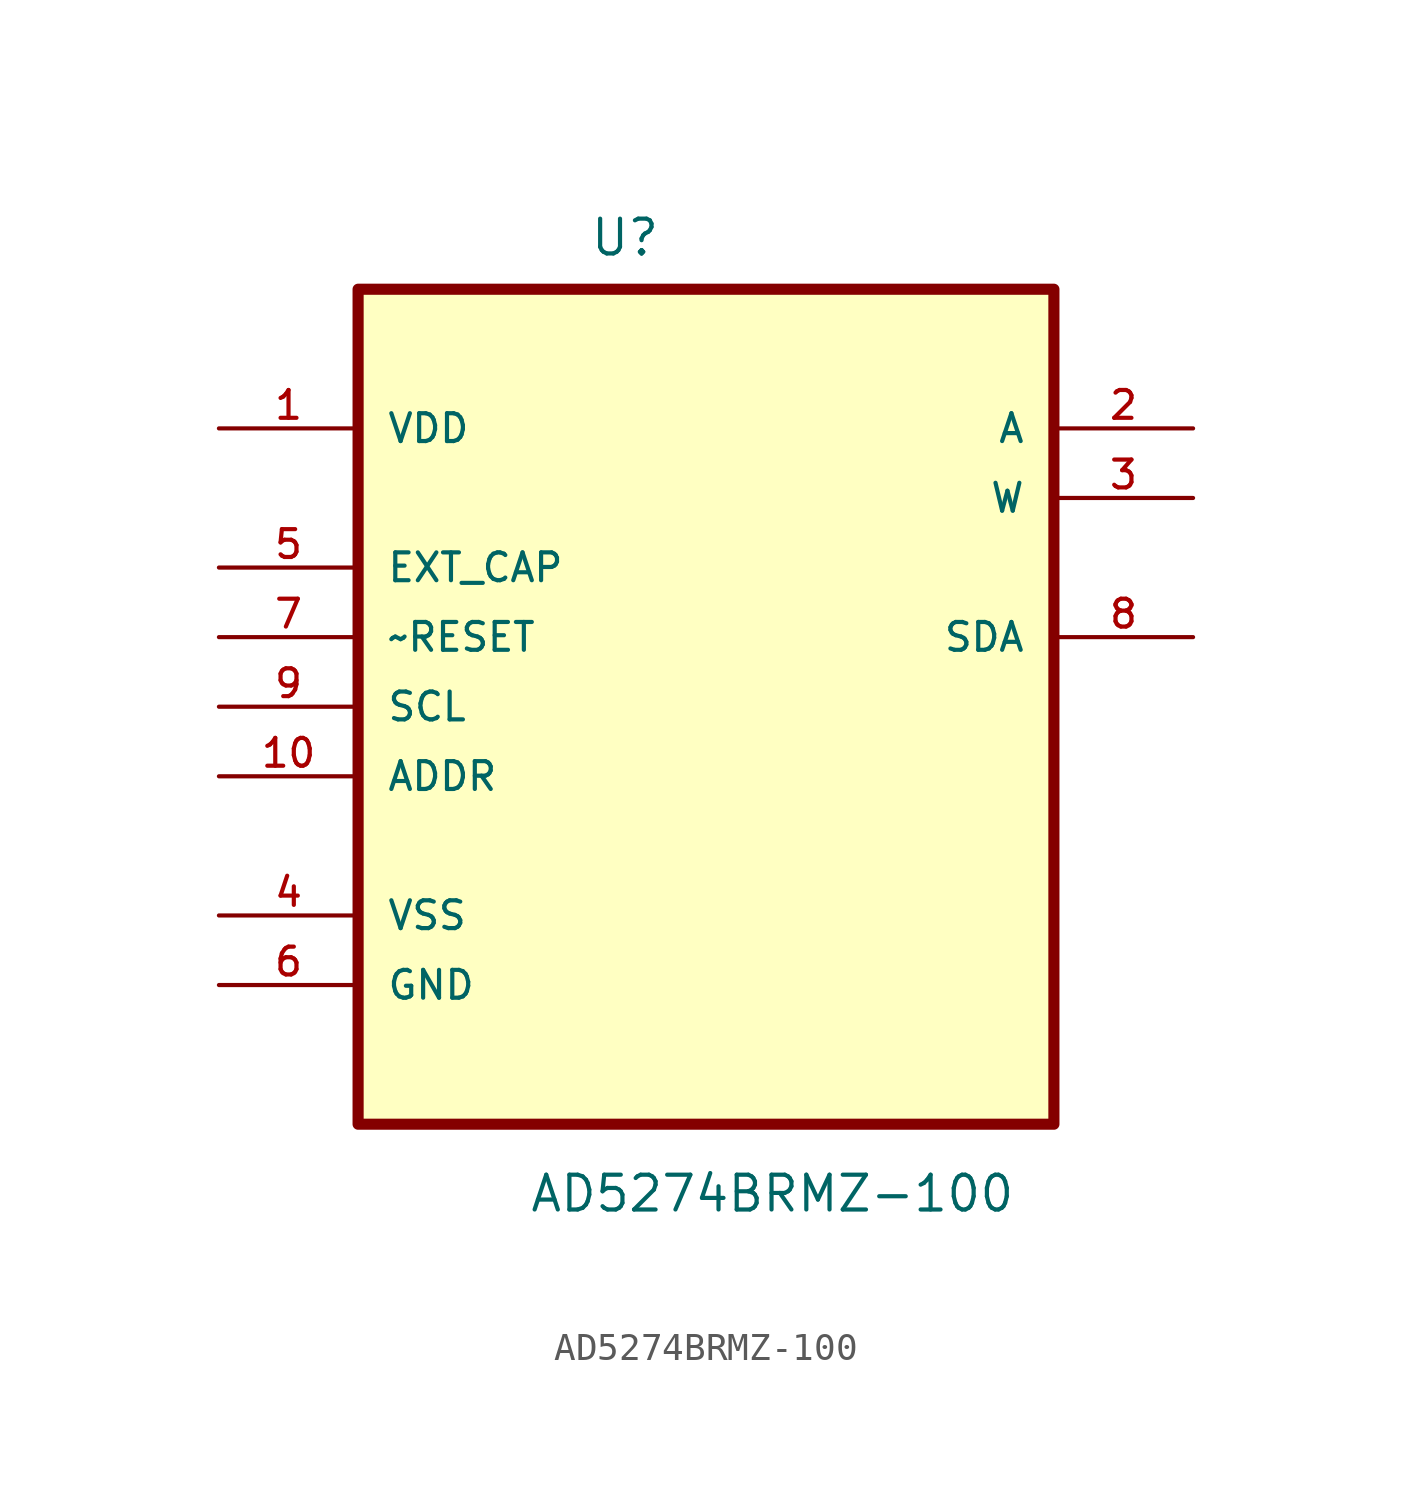
<source format=kicad_sym>
(kicad_symbol_lib
  (version 20211014)
  (generator kicad_symbol_editor)
  (symbol "AD5274BRMZ-100"
    (pin_names
      (offset 1.016))
    (property "Reference" "U"
      (at -4.267 13.843 0.0)
      (effects (font (size 1.27 1.27)) (justify bottom left)))
    (property "Value" "AD5274BRMZ-100"
      (at -6.477 -21.057 0.0)
      (effects (font (size 1.27 1.27)) (justify bottom left)))
    (symbol "AD5274BRMZ-100_0_0"
      (rectangle (start -12.7 -17.78) (end 12.7 12.7) (stroke (width 0.406)) (fill (type background)))
      (pin power_in line (at -17.78 7.62 0) (length 5.08) (name "VDD" (effects (font (size 1.016 1.016)))) (number "1" (effects (font (size 1.016 1.016)))))
      (pin passive line (at -17.78 2.54 0) (length 5.08) (name "EXT_CAP" (effects (font (size 1.016 1.016)))) (number "5" (effects (font (size 1.016 1.016)))))
      (pin input line (at -17.78 0.0 0) (length 5.08) (name "~RESET" (effects (font (size 1.016 1.016)))) (number "7" (effects (font (size 1.016 1.016)))))
      (pin input line (at -17.78 -2.54 0) (length 5.08) (name "SCL" (effects (font (size 1.016 1.016)))) (number "9" (effects (font (size 1.016 1.016)))))
      (pin tri_state line (at -17.78 -5.08 0) (length 5.08) (name "ADDR" (effects (font (size 1.016 1.016)))) (number "10" (effects (font (size 1.016 1.016)))))
      (pin power_in line (at -17.78 -10.16 0) (length 5.08) (name "VSS" (effects (font (size 1.016 1.016)))) (number "4" (effects (font (size 1.016 1.016)))))
      (pin passive line (at -17.78 -12.7 0) (length 5.08) (name "GND" (effects (font (size 1.016 1.016)))) (number "6" (effects (font (size 1.016 1.016)))))
      (pin passive line (at 17.78 7.62 180.0) (length 5.08) (name "A" (effects (font (size 1.016 1.016)))) (number "2" (effects (font (size 1.016 1.016)))))
      (pin passive line (at 17.78 5.08 180.0) (length 5.08) (name "W" (effects (font (size 1.016 1.016)))) (number "3" (effects (font (size 1.016 1.016)))))
      (pin bidirectional line (at 17.78 0.0 180.0) (length 5.08) (name "SDA" (effects (font (size 1.016 1.016)))) (number "8" (effects (font (size 1.016 1.016))))))))
</source>
